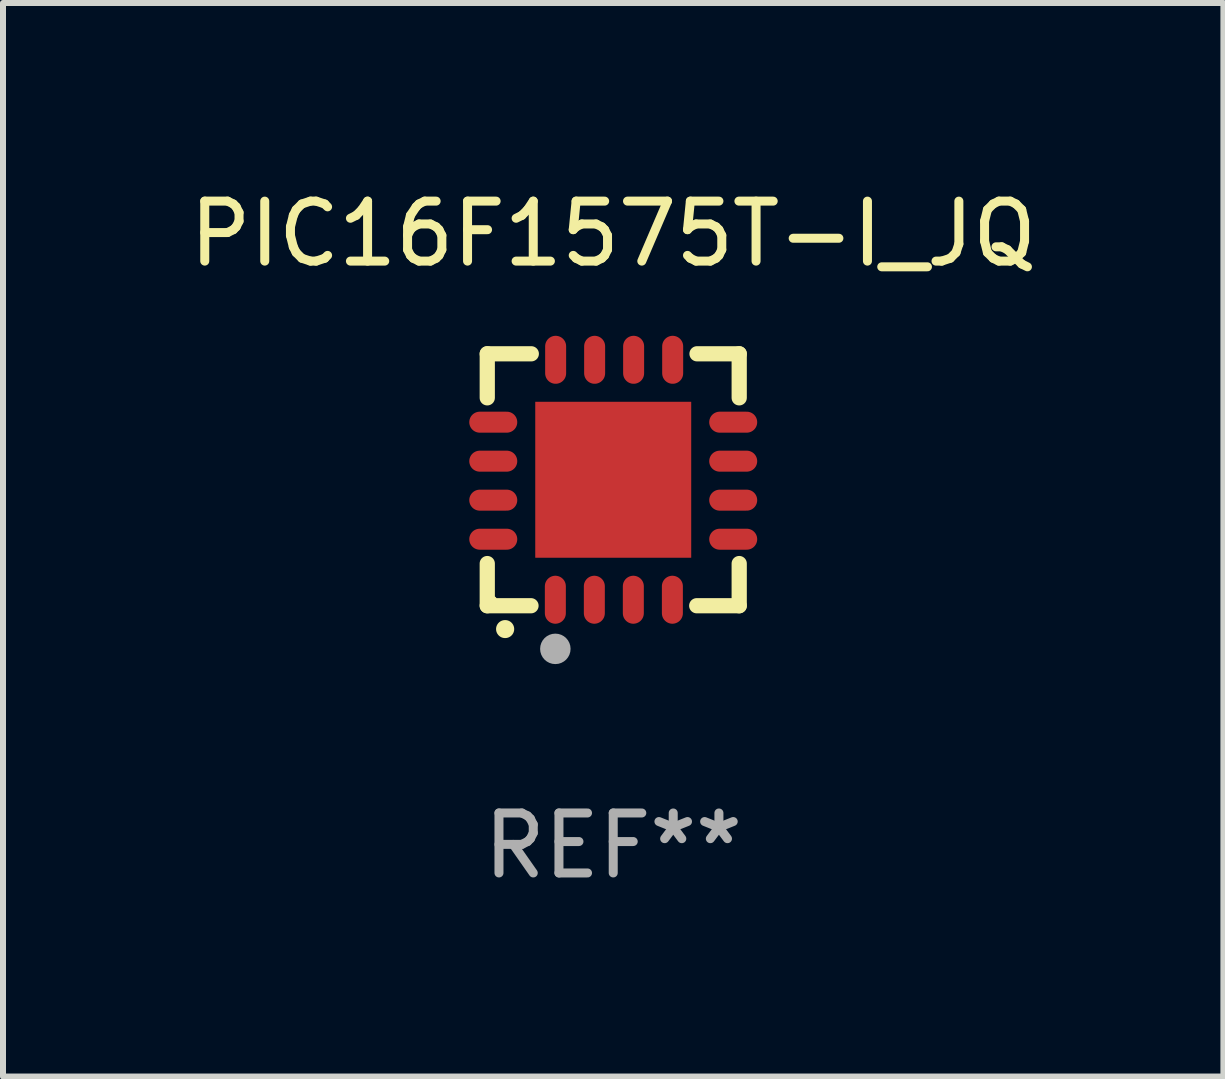
<source format=kicad_pcb>
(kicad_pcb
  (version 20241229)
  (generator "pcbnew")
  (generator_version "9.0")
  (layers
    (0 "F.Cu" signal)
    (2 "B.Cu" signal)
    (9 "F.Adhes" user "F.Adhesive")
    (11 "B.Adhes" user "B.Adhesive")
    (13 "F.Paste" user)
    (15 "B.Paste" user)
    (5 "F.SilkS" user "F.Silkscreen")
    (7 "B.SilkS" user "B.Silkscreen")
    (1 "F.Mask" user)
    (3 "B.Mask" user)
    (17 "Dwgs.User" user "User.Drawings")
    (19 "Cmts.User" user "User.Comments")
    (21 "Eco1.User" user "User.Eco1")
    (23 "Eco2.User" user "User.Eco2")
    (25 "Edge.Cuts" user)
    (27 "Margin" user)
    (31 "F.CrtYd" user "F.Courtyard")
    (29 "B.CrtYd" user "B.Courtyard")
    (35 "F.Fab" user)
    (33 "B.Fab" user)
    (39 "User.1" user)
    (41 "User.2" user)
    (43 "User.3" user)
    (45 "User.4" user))
  (footprint "PIC16F1575T-I_JQ"
    (layer "F.Cu")
    (at 7.173 4.948)
    (property "Reference" "PIC16F1575T-I_JQ" (at 0 -4.1 0) (layer "F.SilkS") (effects (font (size 1 1) (thickness 0.15))))
    (attr through_hole)
    (fp_line (start -2.1 -2.1) (end -1.366 -2.1) (stroke (width 0.254) (type solid)) (layer "F.SilkS"))
    (fp_line (start -2.1 -1.366) (end -2.1 -2.1) (stroke (width 0.254) (type solid)) (layer "F.SilkS"))
    (fp_line (start -2.1 2.1) (end -2.1 1.397) (stroke (width 0.254) (type solid)) (layer "F.SilkS"))
    (fp_line (start -2.1 2.1) (end -1.371 2.1) (stroke (width 0.254) (type solid)) (layer "F.SilkS"))
    (fp_line (start 1.392 2.1) (end 2.1 2.1) (stroke (width 0.254) (type solid)) (layer "F.SilkS"))
    (fp_line (start 1.397 -2.1) (end 2.1 -2.1) (stroke (width 0.254) (type solid)) (layer "F.SilkS"))
    (fp_line (start 2.1 -1.366) (end 2.1 -2.1) (stroke (width 0.254) (type solid)) (layer "F.SilkS"))
    (fp_line (start 2.1 2.1) (end 2.1 1.397) (stroke (width 0.254) (type solid)) (layer "F.SilkS"))
    (fp_arc (start -1.803404 2.489205) (mid -1.802134 2.4892) (end -1.800864 2.489205) (stroke (width 0.3) (type solid)) (layer "F.SilkS"))
    (fp_circle (center -2 2) (end -1.97 2) (stroke (width 0.06) (type solid)) (fill no) (layer "F.SilkS"))
    (fp_circle (center -0.965 2.819) (end -0.838 2.819) (stroke (width 0.254) (type solid)) (fill no) (layer "F.Fab"))
    (fp_text user "REF**" (at 0 6.1 0) (layer "F.Fab") (effects (font (size 1 1) (thickness 0.15))))
    (pad "1" smd oval (at -0.965 2) (size 0.35 0.8) (layers "F.Cu" "F.Mask" "F.Paste"))
    (pad "2" smd oval (at -0.315 2) (size 0.35 0.8) (layers "F.Cu" "F.Mask" "F.Paste"))
    (pad "3" smd oval (at 0.335 2) (size 0.35 0.8) (layers "F.Cu" "F.Mask" "F.Paste"))
    (pad "4" smd oval (at 0.986 2) (size 0.35 0.8) (layers "F.Cu" "F.Mask" "F.Paste"))
    (pad "5" smd oval (at 2 0.991 90) (size 0.35 0.8) (layers "F.Cu" "F.Mask" "F.Paste"))
    (pad "6" smd oval (at 2 0.34 90) (size 0.35 0.8) (layers "F.Cu" "F.Mask" "F.Paste"))
    (pad "7" smd oval (at 2 -0.31 90) (size 0.35 0.8) (layers "F.Cu" "F.Mask" "F.Paste"))
    (pad "8" smd oval (at 2 -0.96 90) (size 0.35 0.8) (layers "F.Cu" "F.Mask" "F.Paste"))
    (pad "9" smd oval (at 0.991 -2) (size 0.35 0.8) (layers "F.Cu" "F.Mask" "F.Paste"))
    (pad "10" smd oval (at 0.34 -2) (size 0.35 0.8) (layers "F.Cu" "F.Mask" "F.Paste"))
    (pad "11" smd oval (at -0.31 -2) (size 0.35 0.8) (layers "F.Cu" "F.Mask" "F.Paste"))
    (pad "12" smd oval (at -0.96 -2) (size 0.35 0.8) (layers "F.Cu" "F.Mask" "F.Paste"))
    (pad "13" smd oval (at -2 -0.96 90) (size 0.35 0.8) (layers "F.Cu" "F.Mask" "F.Paste"))
    (pad "14" smd oval (at -2 -0.31 90) (size 0.35 0.8) (layers "F.Cu" "F.Mask" "F.Paste"))
    (pad "15" smd oval (at -2 0.34 90) (size 0.35 0.8) (layers "F.Cu" "F.Mask" "F.Paste"))
    (pad "16" smd oval (at -2 0.991 90) (size 0.35 0.8) (layers "F.Cu" "F.Mask" "F.Paste"))
    (pad "17" smd rect (at 0 0 90) (size 2.6 2.6) (layers "F.Cu" "F.Mask" "F.Paste")))
  (gr_rect
    (start -3 -3)
    (end 17.345 14.896)
    (stroke (width 0.1) (type default))
    (fill no)
    (layer "Edge.Cuts")))
</source>
